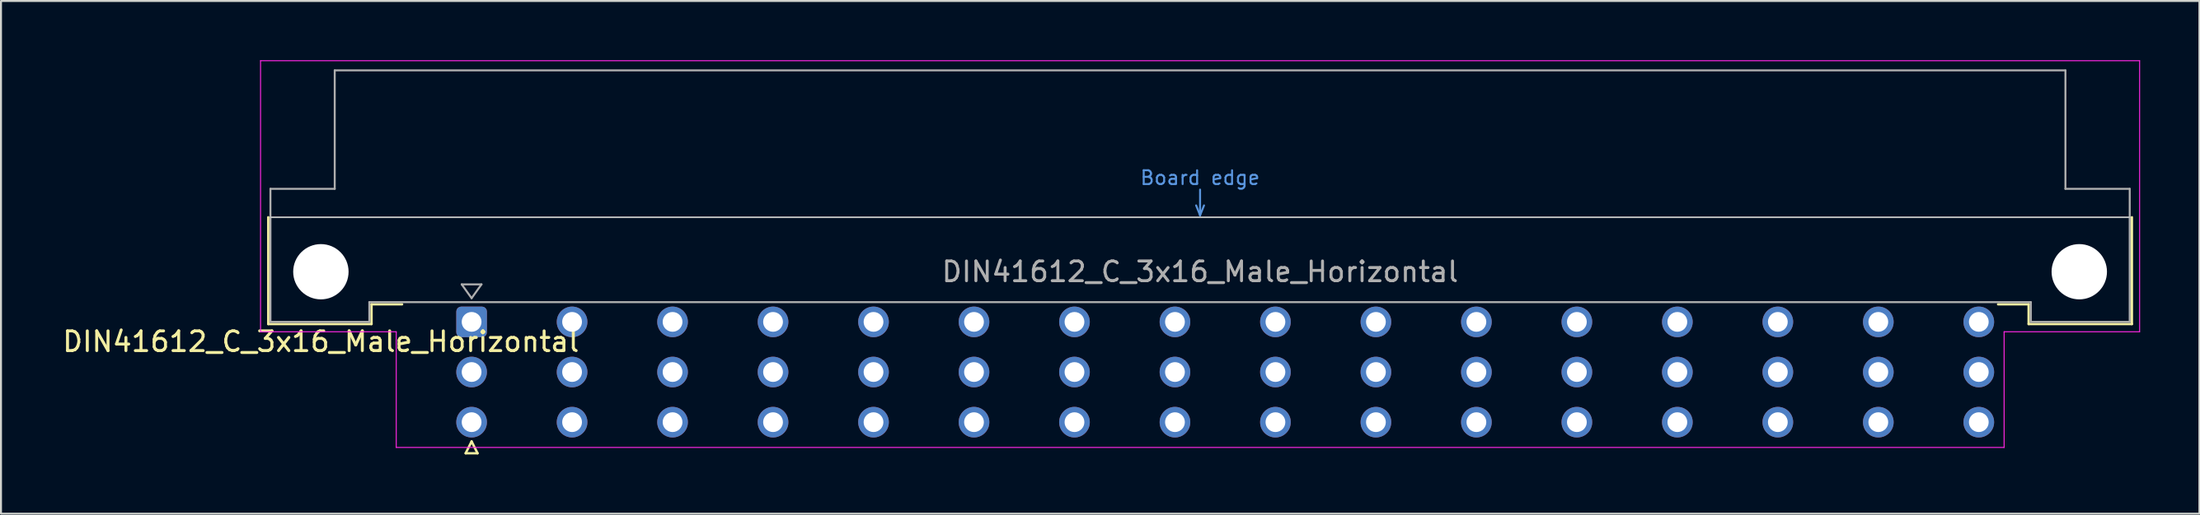
<source format=kicad_pcb>
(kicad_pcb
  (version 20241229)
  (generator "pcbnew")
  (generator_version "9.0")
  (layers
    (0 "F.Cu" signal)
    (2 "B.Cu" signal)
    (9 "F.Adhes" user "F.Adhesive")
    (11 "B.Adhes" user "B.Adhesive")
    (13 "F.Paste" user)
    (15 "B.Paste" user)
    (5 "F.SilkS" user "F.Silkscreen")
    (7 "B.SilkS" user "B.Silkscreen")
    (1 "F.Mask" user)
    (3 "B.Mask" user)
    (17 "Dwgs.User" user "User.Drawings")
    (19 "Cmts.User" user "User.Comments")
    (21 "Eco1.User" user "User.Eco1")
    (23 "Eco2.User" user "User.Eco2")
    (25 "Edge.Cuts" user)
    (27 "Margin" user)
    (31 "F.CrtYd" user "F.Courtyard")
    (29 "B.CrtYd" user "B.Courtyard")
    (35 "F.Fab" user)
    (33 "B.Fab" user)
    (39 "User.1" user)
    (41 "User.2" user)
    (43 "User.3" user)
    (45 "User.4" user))
  (footprint "DIN41612_C_3x16_Male_Horizontal"
    (layer "F.Cu")
    (at 18.253 13.255)
    (property "Reference" "DIN41612_C_3x16_Male_Horizontal" (at -5.08 1 0) (layer "F.SilkS") (effects (font (size 1 1) (thickness 0.15))))
    (attr through_hole)
    (fp_line (start -7.74 -5.3) (end -7.74 0.11) (stroke (width 0.12) (type solid)) (layer "F.SilkS"))
    (fp_line (start -7.74 0.11) (end -2.52 0.11) (stroke (width 0.12) (type solid)) (layer "F.SilkS"))
    (fp_line (start -2.52 -0.89) (end -0.975 -0.89) (stroke (width 0.12) (type solid)) (layer "F.SilkS"))
    (fp_line (start -2.52 0.11) (end -2.52 -0.89) (stroke (width 0.12) (type solid)) (layer "F.SilkS"))
    (fp_line (start 2.24 6.655) (end 2.84 6.655) (stroke (width 0.12) (type solid)) (layer "F.SilkS"))
    (fp_line (start 2.54 6.055) (end 2.24 6.655) (stroke (width 0.12) (type solid)) (layer "F.SilkS"))
    (fp_line (start 2.84 6.655) (end 2.54 6.055) (stroke (width 0.12) (type solid)) (layer "F.SilkS"))
    (fp_line (start 81.26 -0.89) (end 79.715 -0.89) (stroke (width 0.12) (type solid)) (layer "F.SilkS"))
    (fp_line (start 81.26 0.11) (end 81.26 -0.89) (stroke (width 0.12) (type solid)) (layer "F.SilkS"))
    (fp_line (start 86.48 -5.3) (end 86.48 0.11) (stroke (width 0.12) (type solid)) (layer "F.SilkS"))
    (fp_line (start 86.48 0.11) (end 81.26 0.11) (stroke (width 0.12) (type solid)) (layer "F.SilkS"))
    (fp_line (start -7.63 -5.3) (end 86.37 -5.3) (stroke (width 0.08) (type solid)) (layer "Dwgs.User"))
    (fp_line (start 39.17 -5.9) (end 39.37 -5.4) (stroke (width 0.1) (type solid)) (layer "Cmts.User"))
    (fp_line (start 39.37 -5.4) (end 39.37 -6.7) (stroke (width 0.1) (type solid)) (layer "Cmts.User"))
    (fp_line (start 39.37 -5.4) (end 39.57 -5.9) (stroke (width 0.1) (type solid)) (layer "Cmts.User"))
    (fp_line (start -8.13 -13.23) (end -8.13 0.5) (stroke (width 0.05) (type solid)) (layer "F.CrtYd"))
    (fp_line (start -8.13 0.5) (end -1.27 0.5) (stroke (width 0.05) (type solid)) (layer "F.CrtYd"))
    (fp_line (start -1.27 0.5) (end -1.27 6.36) (stroke (width 0.05) (type solid)) (layer "F.CrtYd"))
    (fp_line (start -1.27 6.36) (end 80.02 6.36) (stroke (width 0.05) (type solid)) (layer "F.CrtYd"))
    (fp_line (start 80.02 0.5) (end 86.87 0.5) (stroke (width 0.05) (type solid)) (layer "F.CrtYd"))
    (fp_line (start 80.02 6.36) (end 80.02 0.5) (stroke (width 0.05) (type solid)) (layer "F.CrtYd"))
    (fp_line (start 86.87 -13.23) (end -8.13 -13.23) (stroke (width 0.05) (type solid)) (layer "F.CrtYd"))
    (fp_line (start 86.87 0.5) (end 86.87 -13.23) (stroke (width 0.05) (type solid)) (layer "F.CrtYd"))
    (fp_line (start -7.63 -6.74) (end -7.63 0) (stroke (width 0.1) (type solid)) (layer "F.Fab"))
    (fp_line (start -7.63 0) (end -2.63 0) (stroke (width 0.1) (type solid)) (layer "F.Fab"))
    (fp_line (start -4.38 -12.74) (end -4.38 -6.74) (stroke (width 0.1) (type solid)) (layer "F.Fab"))
    (fp_line (start -4.38 -6.74) (end -7.63 -6.74) (stroke (width 0.1) (type solid)) (layer "F.Fab"))
    (fp_line (start -2.63 -1) (end 81.37 -1) (stroke (width 0.1) (type solid)) (layer "F.Fab"))
    (fp_line (start -2.63 0) (end -2.63 -1) (stroke (width 0.1) (type solid)) (layer "F.Fab"))
    (fp_line (start 2.04 -1.9) (end 3.04 -1.9) (stroke (width 0.1) (type solid)) (layer "F.Fab"))
    (fp_line (start 2.54 -1.2) (end 2.04 -1.9) (stroke (width 0.1) (type solid)) (layer "F.Fab"))
    (fp_line (start 3.04 -1.9) (end 2.54 -1.2) (stroke (width 0.1) (type solid)) (layer "F.Fab"))
    (fp_line (start 81.37 -1) (end 81.37 0) (stroke (width 0.1) (type solid)) (layer "F.Fab"))
    (fp_line (start 81.37 0) (end 86.37 0) (stroke (width 0.1) (type solid)) (layer "F.Fab"))
    (fp_line (start 83.12 -12.74) (end -4.38 -12.74) (stroke (width 0.1) (type solid)) (layer "F.Fab"))
    (fp_line (start 83.12 -6.74) (end 83.12 -12.74) (stroke (width 0.1) (type solid)) (layer "F.Fab"))
    (fp_line (start 86.37 -6.74) (end 83.12 -6.74) (stroke (width 0.1) (type solid)) (layer "F.Fab"))
    (fp_line (start 86.37 0) (end 86.37 -6.74) (stroke (width 0.1) (type solid)) (layer "F.Fab"))
    (fp_text user "Board edge" (at 39.37 -7.3 0) (layer "Cmts.User") (effects (font (size 0.7 0.7) (thickness 0.1))))
    (fp_text user "${REFERENCE}" (at 39.37 -2.54 0) (layer "F.Fab") (effects (font (size 1 1) (thickness 0.15))))
    (pad "" np_thru_hole circle (at -5.08 -2.54) (size 2.8 2.8) (drill 2.8) (layers "*.Cu" "*.Mask"))
    (pad "" np_thru_hole circle (at 83.82 -2.54) (size 2.8 2.8) (drill 2.8) (layers "*.Cu" "*.Mask"))
    (pad "a2" thru_hole roundrect (at 2.54 0) (size 1.55 1.55) (drill 1) (layers "*.Cu" "*.Mask") (roundrect_rratio 0.161))
    (pad "a4" thru_hole circle (at 7.62 0) (size 1.55 1.55) (drill 1) (layers "*.Cu" "*.Mask"))
    (pad "a6" thru_hole circle (at 12.7 0) (size 1.55 1.55) (drill 1) (layers "*.Cu" "*.Mask"))
    (pad "a8" thru_hole circle (at 17.78 0) (size 1.55 1.55) (drill 1) (layers "*.Cu" "*.Mask"))
    (pad "a10" thru_hole circle (at 22.86 0) (size 1.55 1.55) (drill 1) (layers "*.Cu" "*.Mask"))
    (pad "a12" thru_hole circle (at 27.94 0) (size 1.55 1.55) (drill 1) (layers "*.Cu" "*.Mask"))
    (pad "a14" thru_hole circle (at 33.02 0) (size 1.55 1.55) (drill 1) (layers "*.Cu" "*.Mask"))
    (pad "a16" thru_hole circle (at 38.1 0) (size 1.55 1.55) (drill 1) (layers "*.Cu" "*.Mask"))
    (pad "a18" thru_hole circle (at 43.18 0) (size 1.55 1.55) (drill 1) (layers "*.Cu" "*.Mask"))
    (pad "a20" thru_hole circle (at 48.26 0) (size 1.55 1.55) (drill 1) (layers "*.Cu" "*.Mask"))
    (pad "a22" thru_hole circle (at 53.34 0) (size 1.55 1.55) (drill 1) (layers "*.Cu" "*.Mask"))
    (pad "a24" thru_hole circle (at 58.42 0) (size 1.55 1.55) (drill 1) (layers "*.Cu" "*.Mask"))
    (pad "a26" thru_hole circle (at 63.5 0) (size 1.55 1.55) (drill 1) (layers "*.Cu" "*.Mask"))
    (pad "a28" thru_hole circle (at 68.58 0) (size 1.55 1.55) (drill 1) (layers "*.Cu" "*.Mask"))
    (pad "a30" thru_hole circle (at 73.66 0) (size 1.55 1.55) (drill 1) (layers "*.Cu" "*.Mask"))
    (pad "a32" thru_hole circle (at 78.74 0) (size 1.55 1.55) (drill 1) (layers "*.Cu" "*.Mask"))
    (pad "b2" thru_hole circle (at 2.54 2.54) (size 1.55 1.55) (drill 1) (layers "*.Cu" "*.Mask"))
    (pad "b4" thru_hole circle (at 7.62 2.54) (size 1.55 1.55) (drill 1) (layers "*.Cu" "*.Mask"))
    (pad "b6" thru_hole circle (at 12.7 2.54) (size 1.55 1.55) (drill 1) (layers "*.Cu" "*.Mask"))
    (pad "b8" thru_hole circle (at 17.78 2.54) (size 1.55 1.55) (drill 1) (layers "*.Cu" "*.Mask"))
    (pad "b10" thru_hole circle (at 22.86 2.54) (size 1.55 1.55) (drill 1) (layers "*.Cu" "*.Mask"))
    (pad "b12" thru_hole circle (at 27.94 2.54) (size 1.55 1.55) (drill 1) (layers "*.Cu" "*.Mask"))
    (pad "b14" thru_hole circle (at 33.02 2.54) (size 1.55 1.55) (drill 1) (layers "*.Cu" "*.Mask"))
    (pad "b16" thru_hole circle (at 38.1 2.54) (size 1.55 1.55) (drill 1) (layers "*.Cu" "*.Mask"))
    (pad "b18" thru_hole circle (at 43.18 2.54) (size 1.55 1.55) (drill 1) (layers "*.Cu" "*.Mask"))
    (pad "b20" thru_hole circle (at 48.26 2.54) (size 1.55 1.55) (drill 1) (layers "*.Cu" "*.Mask"))
    (pad "b22" thru_hole circle (at 53.34 2.54) (size 1.55 1.55) (drill 1) (layers "*.Cu" "*.Mask"))
    (pad "b24" thru_hole circle (at 58.42 2.54) (size 1.55 1.55) (drill 1) (layers "*.Cu" "*.Mask"))
    (pad "b26" thru_hole circle (at 63.5 2.54) (size 1.55 1.55) (drill 1) (layers "*.Cu" "*.Mask"))
    (pad "b28" thru_hole circle (at 68.58 2.54) (size 1.55 1.55) (drill 1) (layers "*.Cu" "*.Mask"))
    (pad "b30" thru_hole circle (at 73.66 2.54) (size 1.55 1.55) (drill 1) (layers "*.Cu" "*.Mask"))
    (pad "b32" thru_hole circle (at 78.74 2.54) (size 1.55 1.55) (drill 1) (layers "*.Cu" "*.Mask"))
    (pad "c2" thru_hole circle (at 2.54 5.08) (size 1.55 1.55) (drill 1) (layers "*.Cu" "*.Mask"))
    (pad "c4" thru_hole circle (at 7.62 5.08) (size 1.55 1.55) (drill 1) (layers "*.Cu" "*.Mask"))
    (pad "c6" thru_hole circle (at 12.7 5.08) (size 1.55 1.55) (drill 1) (layers "*.Cu" "*.Mask"))
    (pad "c8" thru_hole circle (at 17.78 5.08) (size 1.55 1.55) (drill 1) (layers "*.Cu" "*.Mask"))
    (pad "c10" thru_hole circle (at 22.86 5.08) (size 1.55 1.55) (drill 1) (layers "*.Cu" "*.Mask"))
    (pad "c12" thru_hole circle (at 27.94 5.08) (size 1.55 1.55) (drill 1) (layers "*.Cu" "*.Mask"))
    (pad "c14" thru_hole circle (at 33.02 5.08) (size 1.55 1.55) (drill 1) (layers "*.Cu" "*.Mask"))
    (pad "c16" thru_hole circle (at 38.1 5.08) (size 1.55 1.55) (drill 1) (layers "*.Cu" "*.Mask"))
    (pad "c18" thru_hole circle (at 43.18 5.08) (size 1.55 1.55) (drill 1) (layers "*.Cu" "*.Mask"))
    (pad "c20" thru_hole circle (at 48.26 5.08) (size 1.55 1.55) (drill 1) (layers "*.Cu" "*.Mask"))
    (pad "c22" thru_hole circle (at 53.34 5.08) (size 1.55 1.55) (drill 1) (layers "*.Cu" "*.Mask"))
    (pad "c24" thru_hole circle (at 58.42 5.08) (size 1.55 1.55) (drill 1) (layers "*.Cu" "*.Mask"))
    (pad "c26" thru_hole circle (at 63.5 5.08) (size 1.55 1.55) (drill 1) (layers "*.Cu" "*.Mask"))
    (pad "c28" thru_hole circle (at 68.58 5.08) (size 1.55 1.55) (drill 1) (layers "*.Cu" "*.Mask"))
    (pad "c30" thru_hole circle (at 73.66 5.08) (size 1.55 1.55) (drill 1) (layers "*.Cu" "*.Mask"))
    (pad "c32" thru_hole circle (at 78.74 5.08) (size 1.55 1.55) (drill 1) (layers "*.Cu" "*.Mask")))
  (gr_rect
    (start -3 -3)
    (end 108.148 22.97)
    (stroke (width 0.1) (type default))
    (fill no)
    (layer "Edge.Cuts")))
</source>
